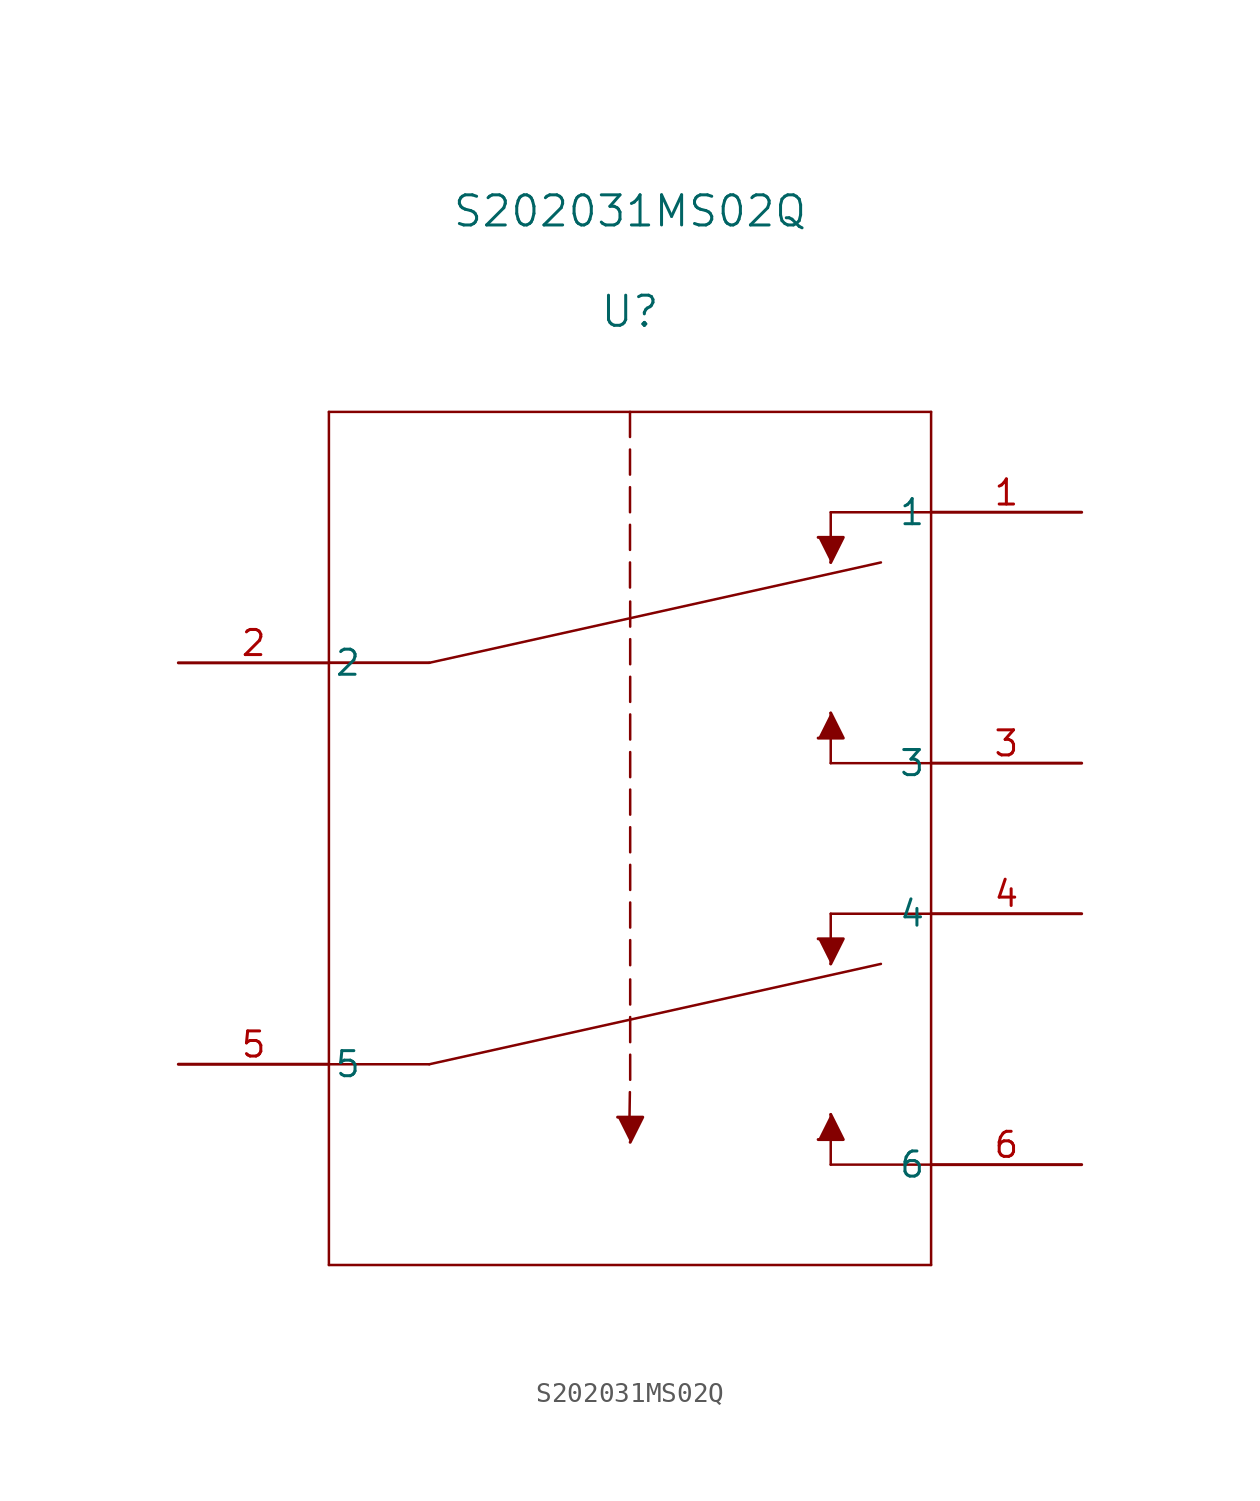
<source format=kicad_sym>
(kicad_symbol_lib
  (version 20211014)
  (generator kicad_symbol_editor)
  (symbol "S202031MS02Q"
    (pin_names
      (offset 0.254))
    (property "Reference" "U"
      (at 22.86 17.78 0)
      (effects (font (size 1.524 1.524))))
    (property "Value" "S202031MS02Q"
      (at 22.86 22.86 0)
      (effects (font (size 1.524 1.524))))
    (symbol "S202031MS02Q_0_1"
      (polyline (pts (xy 12.7 0) (xy 35.56 5.08)) (stroke (width 0.127) (type default) (color 0 0 0 0)) (fill (type none)))
      (polyline (pts (xy 12.7 0) (xy 7.62 0)) (stroke (width 0.127) (type default) (color 0 0 0 0)) (fill (type none)))
      (polyline (pts (xy 38.1 -5.08) (xy 33.02 -5.08)) (stroke (width 0.127) (type default) (color 0 0 0 0)) (fill (type none)))
      (polyline (pts (xy 33.02 7.62) (xy 38.1 7.62)) (stroke (width 0.127) (type default) (color 0 0 0 0)) (fill (type none)))
      (polyline (pts (xy 38.1 12.7) (xy 7.62 12.7)) (stroke (width 0.127) (type default) (color 0 0 0 0)) (fill (type none)))
      (polyline (pts (xy 22.86 12.7) (xy 22.86 11.43)) (stroke (width 0.127) (type default) (color 0 0 0 0)) (fill (type none)))
      (polyline (pts (xy 22.86 10.795) (xy 22.86 9.525)) (stroke (width 0.127) (type default) (color 0 0 0 0)) (fill (type none)))
      (polyline (pts (xy 22.86 8.89) (xy 22.86 7.62)) (stroke (width 0.127) (type default) (color 0 0 0 0)) (fill (type none)))
      (polyline (pts (xy 22.86 6.985) (xy 22.86 5.715)) (stroke (width 0.127) (type default) (color 0 0 0 0)) (fill (type none)))
      (polyline (pts (xy 33.02 5.08) (xy 33.02 7.62)) (stroke (width 0.127) (type default) (color 0 0 0 0)) (fill (type none)))
      (polyline (pts (xy 33.02 -5.08) (xy 33.02 -2.54)) (stroke (width 0.127) (type default) (color 0 0 0 0)) (fill (type none)))
      (polyline (pts (xy 7.62 -30.48) (xy 38.1 -30.48)) (stroke (width 0.127) (type default) (color 0 0 0 0)) (fill (type none)))
      (polyline (pts (xy 7.62 12.7) (xy 7.62 -30.48)) (stroke (width 0.127) (type default) (color 0 0 0 0)) (fill (type none)))
      (polyline (pts (xy 38.1 -25.4) (xy 33.02 -25.4)) (stroke (width 0.127) (type default) (color 0 0 0 0)) (fill (type none)))
      (polyline (pts (xy 38.1 12.7) (xy 38.1 -30.48)) (stroke (width 0.127) (type default) (color 0 0 0 0)) (fill (type none)))
      (polyline (pts (xy 33.02 -25.4) (xy 33.02 -22.86)) (stroke (width 0.127) (type default) (color 0 0 0 0)) (fill (type none)))
      (polyline (pts (xy 33.02 -12.7) (xy 38.1 -12.7)) (stroke (width 0.127) (type default) (color 0 0 0 0)) (fill (type none)))
      (polyline (pts (xy 33.02 -15.24) (xy 33.02 -12.7)) (stroke (width 0.127) (type default) (color 0 0 0 0)) (fill (type none)))
      (polyline (pts (xy 12.7 -20.32) (xy 7.62 -20.32)) (stroke (width 0.127) (type default) (color 0 0 0 0)) (fill (type none)))
      (polyline (pts (xy 12.7 0) (xy 7.62 0)) (stroke (width 0.127) (type default) (color 0 0 0 0)) (fill (type none)))
      (polyline (pts (xy 12.7 -20.32) (xy 35.56 -15.24)) (stroke (width 0.127) (type default) (color 0 0 0 0)) (fill (type none)))
      (polyline (pts (xy 22.86 5.08) (xy 22.86 3.81)) (stroke (width 0.127) (type default) (color 0 0 0 0)) (fill (type none)))
      (polyline (pts (xy 22.869 3.102) (xy 22.869 1.832)) (stroke (width 0.127) (type default) (color 0 0 0 0)) (fill (type none)))
      (polyline (pts (xy 32.385 6.35) (xy 33.655 6.35) (xy 33.02 5.08)) (stroke (width 0) (type default) (color 0 0 0 0)) (fill (type outline)))
      (polyline (pts (xy 32.385 -3.81) (xy 33.655 -3.81) (xy 33.02 -2.54)) (stroke (width 0) (type default) (color 0 0 0 0)) (fill (type outline)))
      (polyline (pts (xy 32.385 -24.13) (xy 33.655 -24.13) (xy 33.02 -22.86)) (stroke (width 0) (type default) (color 0 0 0 0)) (fill (type outline)))
      (polyline (pts (xy 32.385 -13.97) (xy 33.655 -13.97) (xy 33.02 -15.24)) (stroke (width 0) (type default) (color 0 0 0 0)) (fill (type outline)))
      (polyline (pts (xy 22.869 1.197) (xy 22.869 -0.073)) (stroke (width 0.127) (type default) (color 0 0 0 0)) (fill (type none)))
      (polyline (pts (xy 22.869 -0.708) (xy 22.869 -1.978)) (stroke (width 0.127) (type default) (color 0 0 0 0)) (fill (type none)))
      (polyline (pts (xy 22.869 -2.613) (xy 22.869 -3.883)) (stroke (width 0.127) (type default) (color 0 0 0 0)) (fill (type none)))
      (polyline (pts (xy 22.869 -4.518) (xy 22.869 -5.788)) (stroke (width 0.127) (type default) (color 0 0 0 0)) (fill (type none)))
      (polyline (pts (xy 22.869 -6.416) (xy 22.869 -7.686)) (stroke (width 0.127) (type default) (color 0 0 0 0)) (fill (type none)))
      (polyline (pts (xy 22.869 -8.321) (xy 22.869 -9.591)) (stroke (width 0.127) (type default) (color 0 0 0 0)) (fill (type none)))
      (polyline (pts (xy 22.869 -10.226) (xy 22.869 -11.496)) (stroke (width 0.127) (type default) (color 0 0 0 0)) (fill (type none)))
      (polyline (pts (xy 22.869 -12.131) (xy 22.869 -13.401)) (stroke (width 0.127) (type default) (color 0 0 0 0)) (fill (type none)))
      (polyline (pts (xy 22.869 -14.036) (xy 22.869 -15.306)) (stroke (width 0.127) (type default) (color 0 0 0 0)) (fill (type none)))
      (polyline (pts (xy 22.869 -16.026) (xy 22.869 -17.296)) (stroke (width 0.127) (type default) (color 0 0 0 0)) (fill (type none)))
      (polyline (pts (xy 22.869 -17.931) (xy 22.869 -19.201)) (stroke (width 0.127) (type default) (color 0 0 0 0)) (fill (type none)))
      (polyline (pts (xy 22.869 -19.836) (xy 22.869 -21.106)) (stroke (width 0.127) (type default) (color 0 0 0 0)) (fill (type none)))
      (polyline (pts (xy 22.823 -23.81) (xy 22.854 -21.731)) (stroke (width 0.127) (type default) (color 0 0 0 0)) (fill (type none)))
      (polyline (pts (xy 22.234 -22.997) (xy 23.504 -22.997) (xy 22.869 -24.267)) (stroke (width 0) (type default) (color 0 0 0 0)) (fill (type outline)))
      (pin unspecified line (at 45.72 7.62 180) (length 7.62) (name "1" (effects (font (size 1.27 1.27)))) (number "1" (effects (font (size 1.27 1.27)))))
      (pin unspecified line (at 0 0 0) (length 7.62) (name "2" (effects (font (size 1.27 1.27)))) (number "2" (effects (font (size 1.27 1.27)))))
      (pin unspecified line (at 45.72 -5.08 180) (length 7.62) (name "3" (effects (font (size 1.27 1.27)))) (number "3" (effects (font (size 1.27 1.27)))))
      (pin unspecified line (at 45.72 -12.7 180) (length 7.62) (name "4" (effects (font (size 1.27 1.27)))) (number "4" (effects (font (size 1.27 1.27)))))
      (pin unspecified line (at 0 -20.32 0) (length 7.62) (name "5" (effects (font (size 1.27 1.27)))) (number "5" (effects (font (size 1.27 1.27)))))
      (pin unspecified line (at 45.72 -25.4 180) (length 7.62) (name "6" (effects (font (size 1.27 1.27)))) (number "6" (effects (font (size 1.27 1.27))))))))
</source>
